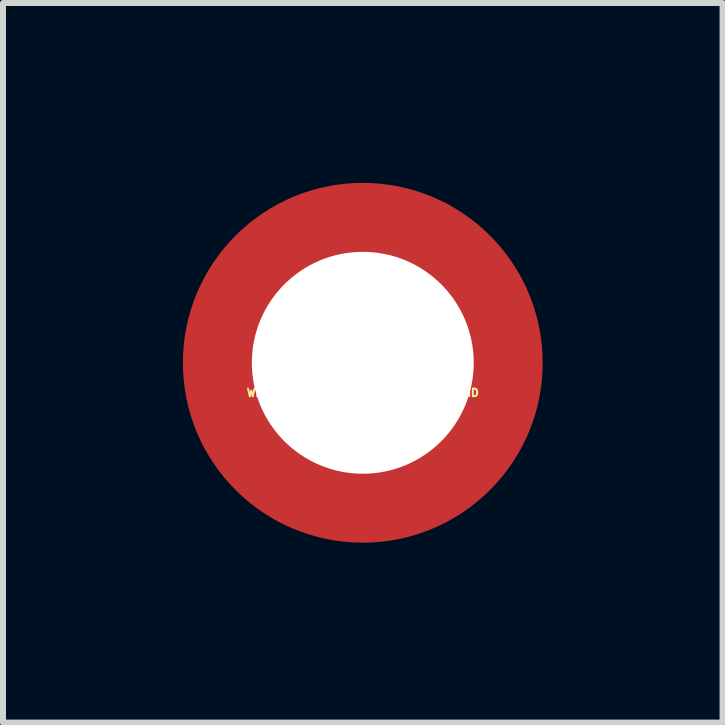
<source format=kicad_pcb>
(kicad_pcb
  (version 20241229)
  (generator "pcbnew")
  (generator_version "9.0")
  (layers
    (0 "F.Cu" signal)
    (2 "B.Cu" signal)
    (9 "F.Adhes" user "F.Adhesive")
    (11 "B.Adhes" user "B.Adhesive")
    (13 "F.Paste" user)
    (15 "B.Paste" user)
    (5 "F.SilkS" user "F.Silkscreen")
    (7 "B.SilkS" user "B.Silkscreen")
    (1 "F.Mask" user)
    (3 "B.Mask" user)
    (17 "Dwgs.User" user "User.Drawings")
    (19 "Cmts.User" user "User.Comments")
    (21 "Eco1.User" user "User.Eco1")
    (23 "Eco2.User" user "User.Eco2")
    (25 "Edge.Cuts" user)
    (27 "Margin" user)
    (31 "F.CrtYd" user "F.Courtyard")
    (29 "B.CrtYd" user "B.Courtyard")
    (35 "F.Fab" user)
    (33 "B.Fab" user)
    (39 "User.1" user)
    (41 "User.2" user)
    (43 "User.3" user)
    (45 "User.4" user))
  (footprint "WE_RoundSpacer_Unthread_2-5mm_SMD"
    (layer "F.Cu")
    (at 3 3)
    (property "Reference" "WE_RoundSpacer_Unthread_2-5mm_SMD" (at 0 0.5 0) (layer "F.SilkS") (effects (font (size 0.127 0.127) (thickness 0.032))))
    (attr through_hole)
    (pad "" np_thru_hole circle (at 0 0) (size 6 6) (drill 3.7) (layers "F.Cu" "F.Mask")))
  (gr_rect
    (start -3 -3)
    (end 9 9)
    (stroke (width 0.1) (type default))
    (fill no)
    (layer "Edge.Cuts")))
</source>
